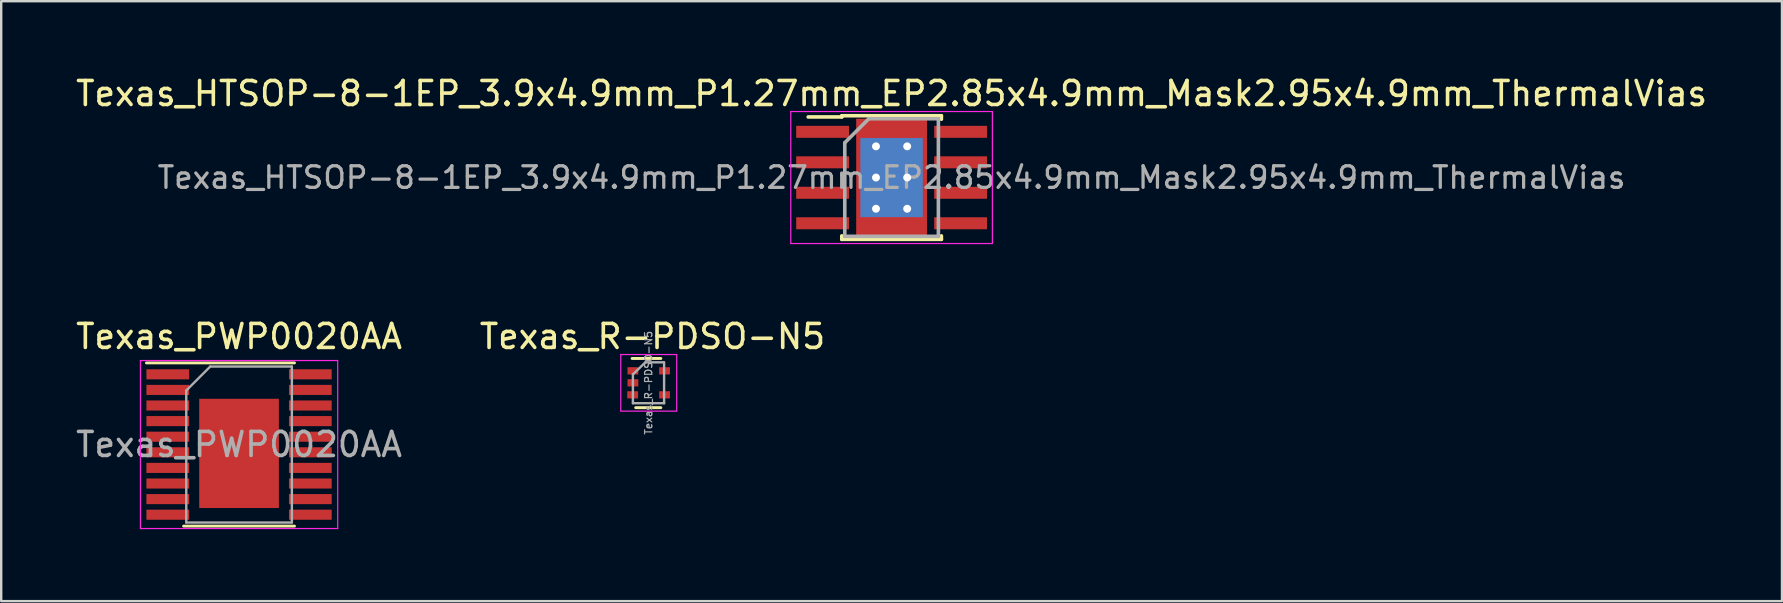
<source format=kicad_pcb>
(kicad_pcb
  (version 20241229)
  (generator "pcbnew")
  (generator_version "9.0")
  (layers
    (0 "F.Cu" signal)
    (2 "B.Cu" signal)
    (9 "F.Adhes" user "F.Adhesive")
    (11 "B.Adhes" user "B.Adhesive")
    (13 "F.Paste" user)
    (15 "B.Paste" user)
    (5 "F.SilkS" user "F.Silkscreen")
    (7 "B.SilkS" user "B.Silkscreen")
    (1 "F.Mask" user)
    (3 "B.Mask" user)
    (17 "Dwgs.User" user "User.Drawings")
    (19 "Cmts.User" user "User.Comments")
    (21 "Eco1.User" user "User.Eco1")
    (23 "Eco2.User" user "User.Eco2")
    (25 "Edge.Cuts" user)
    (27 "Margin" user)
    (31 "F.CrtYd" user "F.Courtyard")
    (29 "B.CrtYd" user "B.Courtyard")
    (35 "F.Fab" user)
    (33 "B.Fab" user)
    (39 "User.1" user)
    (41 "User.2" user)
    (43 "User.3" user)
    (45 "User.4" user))
  (footprint "Texas_HTSOP-8-1EP_3.9x4.9mm_P1.27mm_EP2.85x4.9mm_Mask2.95x4.9mm_ThermalVias"
    (layer "F.Cu")
    (at 34.101 4.348)
    (property "Reference" "Texas_HTSOP-8-1EP_3.9x4.9mm_P1.27mm_EP2.85x4.9mm_Mask2.95x4.9mm_ThermalVias" (at 0 -3.5 0) (layer "F.SilkS") (effects (font (size 1 1) (thickness 0.15))))
    (attr smd)
    (fp_line (start -2.075 -2.575) (end -2.075 -2.525) (stroke (width 0.15) (type solid)) (layer "F.SilkS"))
    (fp_line (start -2.075 -2.575) (end 2.075 -2.575) (stroke (width 0.15) (type solid)) (layer "F.SilkS"))
    (fp_line (start -2.075 -2.525) (end -3.475 -2.525) (stroke (width 0.15) (type solid)) (layer "F.SilkS"))
    (fp_line (start -2.075 2.575) (end -2.075 2.43) (stroke (width 0.15) (type solid)) (layer "F.SilkS"))
    (fp_line (start -2.075 2.575) (end 2.075 2.575) (stroke (width 0.15) (type solid)) (layer "F.SilkS"))
    (fp_line (start 2.075 -2.575) (end 2.075 -2.43) (stroke (width 0.15) (type solid)) (layer "F.SilkS"))
    (fp_line (start 2.075 2.575) (end 2.075 2.43) (stroke (width 0.15) (type solid)) (layer "F.SilkS"))
    (fp_line (start -4.2 -2.75) (end -4.2 2.75) (stroke (width 0.05) (type solid)) (layer "F.CrtYd"))
    (fp_line (start -4.2 -2.75) (end 4.2 -2.75) (stroke (width 0.05) (type solid)) (layer "F.CrtYd"))
    (fp_line (start -4.2 2.75) (end 4.2 2.75) (stroke (width 0.05) (type solid)) (layer "F.CrtYd"))
    (fp_line (start 4.2 -2.75) (end 4.2 2.75) (stroke (width 0.05) (type solid)) (layer "F.CrtYd"))
    (fp_line (start -1.95 -1.45) (end -0.95 -2.45) (stroke (width 0.15) (type solid)) (layer "F.Fab"))
    (fp_line (start -1.95 2.45) (end -1.95 -1.45) (stroke (width 0.15) (type solid)) (layer "F.Fab"))
    (fp_line (start -0.95 -2.45) (end 1.95 -2.45) (stroke (width 0.15) (type solid)) (layer "F.Fab"))
    (fp_line (start 1.95 -2.45) (end 1.95 2.45) (stroke (width 0.15) (type solid)) (layer "F.Fab"))
    (fp_line (start 1.95 2.45) (end -1.95 2.45) (stroke (width 0.15) (type solid)) (layer "F.Fab"))
    (fp_text user "${REFERENCE}" (at 0 0 0) (layer "F.Fab") (effects (font (size 0.9 0.9) (thickness 0.135))))
    (pad "" smd rect (at 0 0) (size 2.4 3.1) (layers "F.Mask"))
    (pad "" smd rect (at 0 0) (size 2.4 3.1) (layers "F.Paste"))
    (pad "1" smd rect (at -2.875 -1.905) (size 2.2 0.5) (layers "F.Cu" "F.Mask" "F.Paste"))
    (pad "2" smd rect (at -2.875 -0.635) (size 2.2 0.5) (layers "F.Cu" "F.Mask" "F.Paste"))
    (pad "3" smd rect (at -2.875 0.635) (size 2.2 0.5) (layers "F.Cu" "F.Mask" "F.Paste"))
    (pad "4" smd rect (at -2.875 1.905) (size 2.2 0.5) (layers "F.Cu" "F.Mask" "F.Paste"))
    (pad "5" smd rect (at 2.875 1.905) (size 2.2 0.5) (layers "F.Cu" "F.Mask" "F.Paste"))
    (pad "6" smd rect (at 2.875 0.635) (size 2.2 0.5) (layers "F.Cu" "F.Mask" "F.Paste"))
    (pad "7" smd rect (at 2.875 -0.635) (size 2.2 0.5) (layers "F.Cu" "F.Mask" "F.Paste"))
    (pad "8" smd rect (at 2.875 -1.905) (size 2.2 0.5) (layers "F.Cu" "F.Mask" "F.Paste"))
    (pad "9" thru_hole circle (at -0.65 -1.3) (size 0.63 0.63) (drill 0.33) (layers "*.Cu" "*.Mask"))
    (pad "9" thru_hole circle (at -0.65 0) (size 0.63 0.63) (drill 0.33) (layers "*.Cu" "*.Mask"))
    (pad "9" thru_hole circle (at -0.65 1.3) (size 0.63 0.63) (drill 0.33) (layers "*.Cu" "*.Mask"))
    (pad "9" smd rect (at 0 0) (size 2.6 3.3) (layers "B.Cu"))
    (pad "9" smd rect (at 0 0) (size 2.95 4.9) (layers "F.Cu"))
    (pad "9" thru_hole circle (at 0.65 -1.3) (size 0.63 0.63) (drill 0.33) (layers "*.Cu" "*.Mask"))
    (pad "9" thru_hole circle (at 0.65 0) (size 0.63 0.63) (drill 0.33) (layers "*.Cu" "*.Mask"))
    (pad "9" thru_hole circle (at 0.65 1.3) (size 0.63 0.63) (drill 0.33) (layers "*.Cu" "*.Mask")))
  (footprint "Texas_R-PDSO-N5"
    (layer "F.Cu")
    (at 23.977 12.902)
    (property "Reference" "Texas_R-PDSO-N5" (at 0.16 -1.93 0) (layer "F.SilkS") (effects (font (size 1 1) (thickness 0.15))))
    (attr smd)
    (fp_line (start -0.54 1.035) (end 0.51 1.035) (stroke (width 0.12) (type solid)) (layer "F.SilkS"))
    (fp_line (start 0.51 -1.015) (end -0.69 -1.015) (stroke (width 0.12) (type solid)) (layer "F.SilkS"))
    (fp_line (start -1.16 -1.18) (end -1.16 1.17) (stroke (width 0.05) (type solid)) (layer "F.CrtYd"))
    (fp_line (start -1.16 -1.18) (end 1.17 -1.18) (stroke (width 0.05) (type solid)) (layer "F.CrtYd"))
    (fp_line (start -1.16 1.18) (end 1.17 1.18) (stroke (width 0.05) (type solid)) (layer "F.CrtYd"))
    (fp_line (start 1.17 -1.18) (end 1.17 1.17) (stroke (width 0.05) (type solid)) (layer "F.CrtYd"))
    (fp_line (start -0.655 -0.35) (end -0.655 0.85) (stroke (width 0.1) (type solid)) (layer "F.Fab"))
    (fp_line (start -0.655 0.85) (end 0.645 0.85) (stroke (width 0.1) (type solid)) (layer "F.Fab"))
    (fp_line (start -0.135 -0.855) (end -0.655 -0.35) (stroke (width 0.1) (type solid)) (layer "F.Fab"))
    (fp_line (start -0.13 -0.855) (end 0.64 -0.855) (stroke (width 0.1) (type solid)) (layer "F.Fab"))
    (fp_line (start 0.645 0.85) (end 0.645 -0.85) (stroke (width 0.1) (type solid)) (layer "F.Fab"))
    (fp_text user "${REFERENCE}" (at -0.005 0 90) (layer "F.Fab") (effects (font (size 0.3 0.3) (thickness 0.05))))
    (pad "1" smd rect (at -0.655 -0.5 270) (size 0.3 0.45) (layers "F.Cu" "F.Mask" "F.Paste"))
    (pad "2" smd rect (at -0.655 0 270) (size 0.3 0.45) (layers "F.Cu" "F.Mask" "F.Paste"))
    (pad "3" smd rect (at -0.665 0.5 270) (size 0.3 0.45) (layers "F.Cu" "F.Mask" "F.Paste"))
    (pad "4" smd rect (at 0.665 0.5 270) (size 0.3 0.45) (layers "F.Cu" "F.Mask" "F.Paste"))
    (pad "5" smd rect (at 0.665 -0.5 270) (size 0.3 0.45) (layers "F.Cu" "F.Mask" "F.Paste")))
  (footprint "Texas_PWP0020AA"
    (layer "F.Cu")
    (at 6.911 15.472)
    (property "Reference" "Texas_PWP0020AA" (at 0 -4.5 0) (layer "F.SilkS") (effects (font (size 1 1) (thickness 0.15))))
    (attr smd)
    (fp_line (start 2.31 -3.4) (end -3.86 -3.4) (stroke (width 0.12) (type solid)) (layer "F.SilkS"))
    (fp_line (start 2.31 3.4) (end -2.31 3.4) (stroke (width 0.12) (type solid)) (layer "F.SilkS"))
    (fp_line (start -4.11 -3.5) (end -4.11 3.5) (stroke (width 0.05) (type solid)) (layer "F.CrtYd"))
    (fp_line (start -4.11 3.5) (end 4.11 3.5) (stroke (width 0.05) (type solid)) (layer "F.CrtYd"))
    (fp_line (start 4.11 -3.5) (end -4.11 -3.5) (stroke (width 0.05) (type solid)) (layer "F.CrtYd"))
    (fp_line (start 4.11 3.5) (end 4.11 -3.5) (stroke (width 0.05) (type solid)) (layer "F.CrtYd"))
    (fp_line (start -2.2 -2.25) (end -2.2 3.25) (stroke (width 0.1) (type solid)) (layer "F.Fab"))
    (fp_line (start -2.2 3.25) (end 2.2 3.25) (stroke (width 0.1) (type solid)) (layer "F.Fab"))
    (fp_line (start -1.2 -3.25) (end -2.2 -2.25) (stroke (width 0.1) (type solid)) (layer "F.Fab"))
    (fp_line (start 2.2 -3.25) (end -1.2 -3.25) (stroke (width 0.1) (type solid)) (layer "F.Fab"))
    (fp_line (start 2.2 3.25) (end 2.2 -3.25) (stroke (width 0.1) (type solid)) (layer "F.Fab"))
    (fp_text user "${REFERENCE}" (at 0 0 0) (layer "F.Fab") (effects (font (size 1 1) (thickness 0.15))))
    (pad "" smd rect (at -0.713 -0.642) (size 1.275 1.875) (layers "F.Paste"))
    (pad "" smd rect (at -0.713 1.383) (size 1.275 1.875) (layers "F.Paste"))
    (pad "" smd rect (at 0.713 -0.642) (size 1.275 1.875) (layers "F.Paste"))
    (pad "" smd rect (at 0.713 1.383) (size 1.275 1.875) (layers "F.Paste"))
    (pad "1" smd rect (at -2.97 -2.925) (size 1.78 0.42) (layers "F.Cu" "F.Mask" "F.Paste"))
    (pad "2" smd rect (at -2.97 -2.275) (size 1.78 0.42) (layers "F.Cu" "F.Mask" "F.Paste"))
    (pad "3" smd rect (at -2.97 -1.625) (size 1.78 0.42) (layers "F.Cu" "F.Mask" "F.Paste"))
    (pad "4" smd rect (at -2.97 -0.975) (size 1.78 0.42) (layers "F.Cu" "F.Mask" "F.Paste"))
    (pad "5" smd rect (at -2.97 -0.325) (size 1.78 0.42) (layers "F.Cu" "F.Mask" "F.Paste"))
    (pad "6" smd rect (at -2.97 0.325) (size 1.78 0.42) (layers "F.Cu" "F.Mask" "F.Paste"))
    (pad "7" smd rect (at -2.97 0.975) (size 1.78 0.42) (layers "F.Cu" "F.Mask" "F.Paste"))
    (pad "8" smd rect (at -2.97 1.625) (size 1.78 0.42) (layers "F.Cu" "F.Mask" "F.Paste"))
    (pad "9" smd rect (at -2.97 2.275) (size 1.78 0.42) (layers "F.Cu" "F.Mask" "F.Paste"))
    (pad "10" smd rect (at -2.97 2.925) (size 1.78 0.42) (layers "F.Cu" "F.Mask" "F.Paste"))
    (pad "11" smd rect (at 2.97 2.925) (size 1.78 0.42) (layers "F.Cu" "F.Mask" "F.Paste"))
    (pad "12" smd rect (at 2.97 2.275) (size 1.78 0.42) (layers "F.Cu" "F.Mask" "F.Paste"))
    (pad "13" smd rect (at 2.97 1.625) (size 1.78 0.42) (layers "F.Cu" "F.Mask" "F.Paste"))
    (pad "14" smd rect (at 2.97 0.975) (size 1.78 0.42) (layers "F.Cu" "F.Mask" "F.Paste"))
    (pad "15" smd rect (at 2.97 0.325) (size 1.78 0.42) (layers "F.Cu" "F.Mask" "F.Paste"))
    (pad "16" smd rect (at 2.97 -0.325) (size 1.78 0.42) (layers "F.Cu" "F.Mask" "F.Paste"))
    (pad "17" smd rect (at 2.97 -0.975) (size 1.78 0.42) (layers "F.Cu" "F.Mask" "F.Paste"))
    (pad "18" smd rect (at 2.97 -1.625) (size 1.78 0.42) (layers "F.Cu" "F.Mask" "F.Paste"))
    (pad "19" smd rect (at 2.97 -2.275) (size 1.78 0.42) (layers "F.Cu" "F.Mask" "F.Paste"))
    (pad "20" smd rect (at 2.97 -2.925) (size 1.78 0.42) (layers "F.Cu" "F.Mask" "F.Paste"))
    (pad "21" smd rect (at 0 0.37) (size 3.32 4.55) (layers "F.Cu" "F.Mask")))
  (gr_rect
    (start -3 -3)
    (end 71.202 21.997)
    (stroke (width 0.1) (type default))
    (fill no)
    (layer "Edge.Cuts")))
</source>
